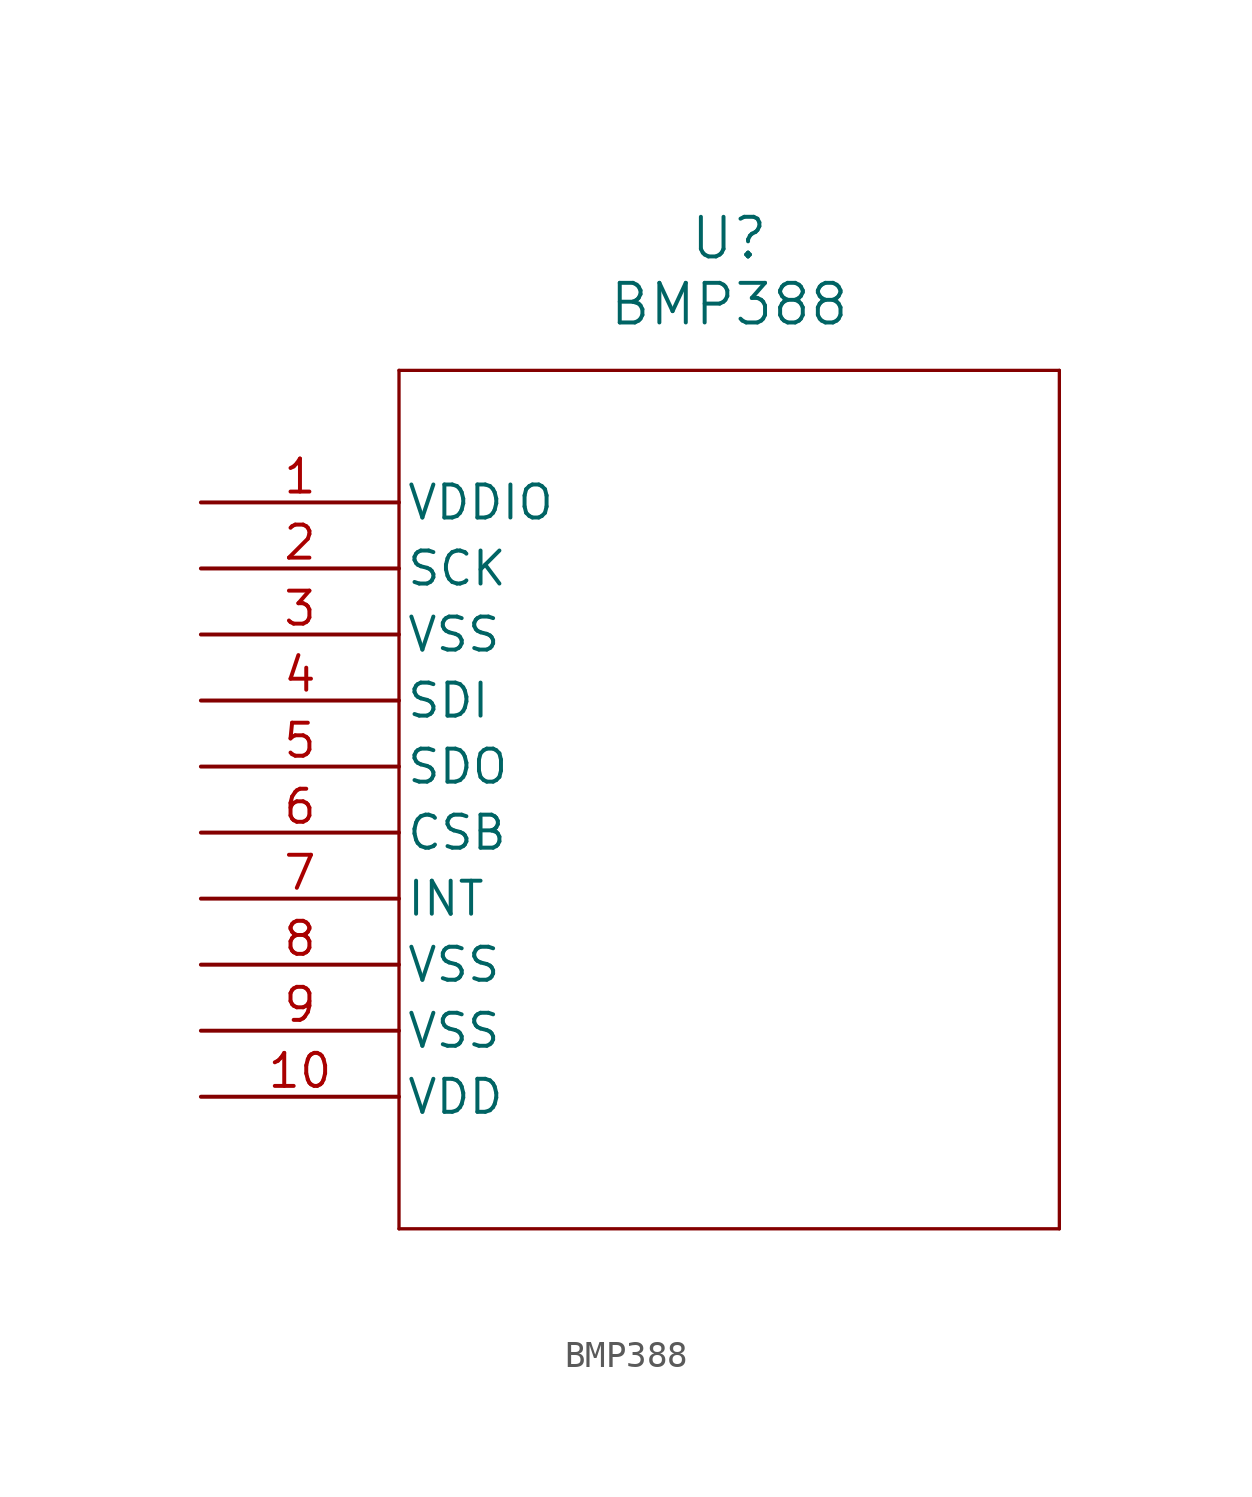
<source format=kicad_sym>
(kicad_symbol_lib
  (version 20211014)
  (generator kicad_symbol_editor)
  (symbol "BMP388"
    (pin_names
      (offset 0.254))
    (property "Reference" "U"
      (at 20.32 10.16 0)
      (effects (font (size 1.524 1.524))))
    (property "Value" "BMP388"
      (at 20.32 7.62 0)
      (effects (font (size 1.524 1.524))))
    (symbol "BMP388_0_1"
      (polyline (pts (xy 7.62 5.08) (xy 7.62 -27.94)) (stroke (width 0.127) (type default) (color 0 0 0 0)) (fill (type none)))
      (polyline (pts (xy 7.62 -27.94) (xy 33.02 -27.94)) (stroke (width 0.127) (type default) (color 0 0 0 0)) (fill (type none)))
      (polyline (pts (xy 33.02 -27.94) (xy 33.02 5.08)) (stroke (width 0.127) (type default) (color 0 0 0 0)) (fill (type none)))
      (polyline (pts (xy 33.02 5.08) (xy 7.62 5.08)) (stroke (width 0.127) (type default) (color 0 0 0 0)) (fill (type none)))
      (pin power_in line (at 0 0 0) (length 7.62) (name "VDDIO" (effects (font (size 1.27 1.27)))) (number "1" (effects (font (size 1.27 1.27)))))
      (pin unspecified line (at 0 -2.54 0) (length 7.62) (name "SCK" (effects (font (size 1.27 1.27)))) (number "2" (effects (font (size 1.27 1.27)))))
      (pin power_out line (at 0 -5.08 0) (length 7.62) (name "VSS" (effects (font (size 1.27 1.27)))) (number "3" (effects (font (size 1.27 1.27)))))
      (pin unspecified line (at 0 -7.62 0) (length 7.62) (name "SDI" (effects (font (size 1.27 1.27)))) (number "4" (effects (font (size 1.27 1.27)))))
      (pin unspecified line (at 0 -10.16 0) (length 7.62) (name "SDO" (effects (font (size 1.27 1.27)))) (number "5" (effects (font (size 1.27 1.27)))))
      (pin unspecified line (at 0 -12.7 0) (length 7.62) (name "CSB" (effects (font (size 1.27 1.27)))) (number "6" (effects (font (size 1.27 1.27)))))
      (pin unspecified line (at 0 -15.24 0) (length 7.62) (name "INT" (effects (font (size 1.27 1.27)))) (number "7" (effects (font (size 1.27 1.27)))))
      (pin power_out line (at 0 -17.78 0) (length 7.62) (name "VSS" (effects (font (size 1.27 1.27)))) (number "8" (effects (font (size 1.27 1.27)))))
      (pin power_out line (at 0 -20.32 0) (length 7.62) (name "VSS" (effects (font (size 1.27 1.27)))) (number "9" (effects (font (size 1.27 1.27)))))
      (pin power_in line (at 0 -22.86 0) (length 7.62) (name "VDD" (effects (font (size 1.27 1.27)))) (number "10" (effects (font (size 1.27 1.27))))))))
</source>
